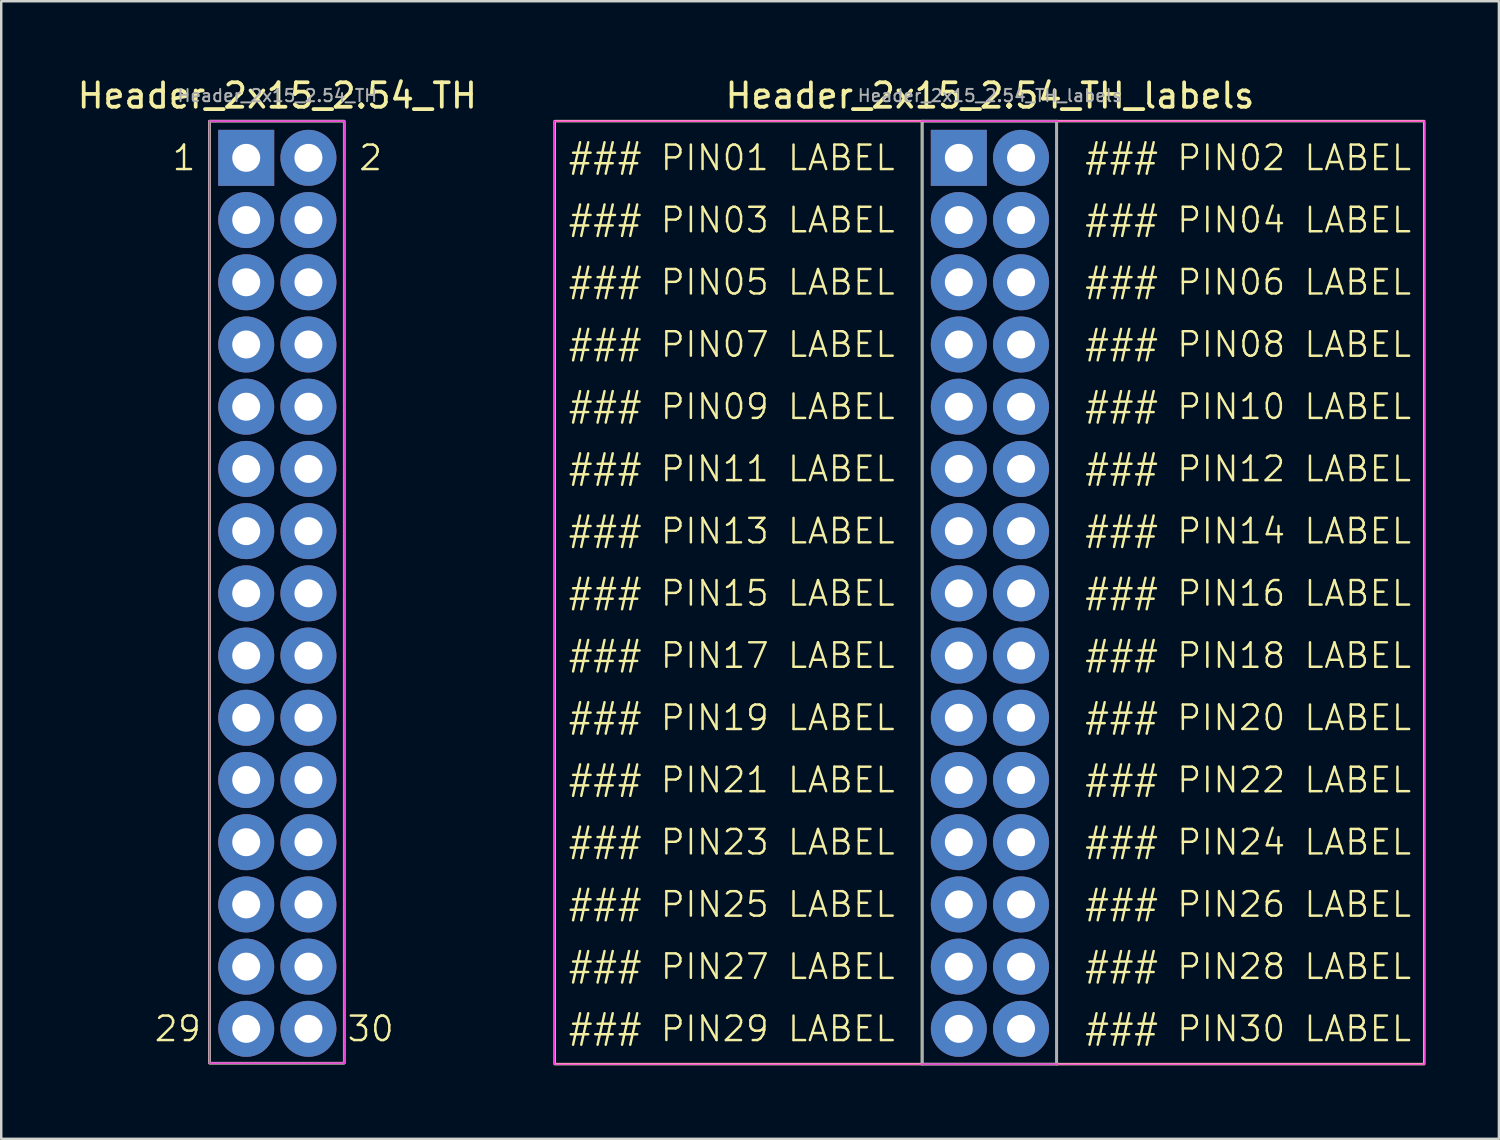
<source format=kicad_pcb>
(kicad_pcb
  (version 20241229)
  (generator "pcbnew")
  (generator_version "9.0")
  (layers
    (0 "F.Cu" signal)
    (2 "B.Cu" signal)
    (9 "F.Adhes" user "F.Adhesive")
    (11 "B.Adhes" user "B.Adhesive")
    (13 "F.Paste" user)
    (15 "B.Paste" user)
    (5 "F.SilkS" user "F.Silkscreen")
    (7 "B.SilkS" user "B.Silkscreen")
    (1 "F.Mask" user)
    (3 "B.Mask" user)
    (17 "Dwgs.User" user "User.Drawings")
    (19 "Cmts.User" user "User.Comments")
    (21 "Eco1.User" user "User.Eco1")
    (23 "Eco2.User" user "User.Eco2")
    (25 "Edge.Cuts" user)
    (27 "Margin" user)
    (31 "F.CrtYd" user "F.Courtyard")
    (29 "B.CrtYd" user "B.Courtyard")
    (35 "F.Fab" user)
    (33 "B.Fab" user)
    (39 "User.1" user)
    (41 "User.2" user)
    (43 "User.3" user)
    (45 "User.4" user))
  (footprint "Header_2x15_2.54_TH_labels"
    (layer "F.Cu")
    (at 36.095 3.394)
    (property "Reference" "Header_2x15_2.54_TH_labels" (at 1.27 -2.54 0) (layer "F.SilkS") (effects (font (size 1 1) (thickness 0.153))))
    (attr through_hole)
    (fp_rect (start -16.5 -1.5) (end -1.5 37) (stroke (width 0.1) (type default)) (fill no) (layer "F.SilkS"))
    (fp_rect (start -1.5 -1.5) (end 4 37) (stroke (width 0.1) (type default)) (fill no) (layer "F.SilkS"))
    (fp_rect (start 4 -1.5) (end 19 37) (stroke (width 0.1) (type default)) (fill no) (layer "F.SilkS"))
    (fp_line (start -16.5 -1.5) (end 19 -1.5) (stroke (width 0.05) (type default)) (layer "F.CrtYd"))
    (fp_line (start -16.5 37) (end -16.5 -1.5) (stroke (width 0.05) (type default)) (layer "F.CrtYd"))
    (fp_line (start 19 -1.5) (end 19 37) (stroke (width 0.05) (type default)) (layer "F.CrtYd"))
    (fp_line (start 19 37) (end -16.5 37) (stroke (width 0.05) (type default)) (layer "F.CrtYd"))
    (fp_rect (start -1.5 -1.5) (end 4 37) (stroke (width 0.1) (type default)) (fill no) (layer "F.Fab"))
    (fp_text user "### PIN08 LABEL" (at 5.08 7.62 0) (unlocked yes) (layer "F.SilkS") (effects (font (size 1 1) (thickness 0.1)) (justify left)))
    (fp_text user "### PIN26 LABEL" (at 5.08 30.48 0) (unlocked yes) (layer "F.SilkS") (effects (font (size 1 1) (thickness 0.1)) (justify left)))
    (fp_text user "### PIN19 LABEL" (at -2.54 22.86 0) (unlocked yes) (layer "F.SilkS") (effects (font (size 1 1) (thickness 0.1)) (justify right)))
    (fp_text user "### PIN17 LABEL" (at -2.54 20.32 0) (unlocked yes) (layer "F.SilkS") (effects (font (size 1 1) (thickness 0.1)) (justify right)))
    (fp_text user "### PIN28 LABEL" (at 5.08 33.02 0) (unlocked yes) (layer "F.SilkS") (effects (font (size 1 1) (thickness 0.1)) (justify left)))
    (fp_text user "### PIN07 LABEL" (at -2.54 7.62 0) (unlocked yes) (layer "F.SilkS") (effects (font (size 1 1) (thickness 0.1)) (justify right)))
    (fp_text user "### PIN02 LABEL" (at 5.08 0 0) (unlocked yes) (layer "F.SilkS") (effects (font (size 1 1) (thickness 0.1)) (justify left)))
    (fp_text user "### PIN15 LABEL" (at -2.54 17.78 0) (unlocked yes) (layer "F.SilkS") (effects (font (size 1 1) (thickness 0.1)) (justify right)))
    (fp_text user "### PIN13 LABEL" (at -2.54 15.24 0) (unlocked yes) (layer "F.SilkS") (effects (font (size 1 1) (thickness 0.1)) (justify right)))
    (fp_text user "### PIN06 LABEL" (at 5.08 5.08 0) (unlocked yes) (layer "F.SilkS") (effects (font (size 1 1) (thickness 0.1)) (justify left)))
    (fp_text user "### PIN16 LABEL" (at 5.08 17.78 0) (unlocked yes) (layer "F.SilkS") (effects (font (size 1 1) (thickness 0.1)) (justify left)))
    (fp_text user "### PIN10 LABEL" (at 5.08 10.16 0) (unlocked yes) (layer "F.SilkS") (effects (font (size 1 1) (thickness 0.1)) (justify left)))
    (fp_text user "### PIN24 LABEL" (at 5.08 27.94 0) (unlocked yes) (layer "F.SilkS") (effects (font (size 1 1) (thickness 0.1)) (justify left)))
    (fp_text user "### PIN05 LABEL" (at -2.54 5.08 0) (unlocked yes) (layer "F.SilkS") (effects (font (size 1 1) (thickness 0.1)) (justify right)))
    (fp_text user "### PIN11 LABEL" (at -2.54 12.7 0) (unlocked yes) (layer "F.SilkS") (effects (font (size 1 1) (thickness 0.1)) (justify right)))
    (fp_text user "### PIN22 LABEL" (at 5.08 25.4 0) (unlocked yes) (layer "F.SilkS") (effects (font (size 1 1) (thickness 0.1)) (justify left)))
    (fp_text user "### PIN21 LABEL" (at -2.54 25.4 0) (unlocked yes) (layer "F.SilkS") (effects (font (size 1 1) (thickness 0.1)) (justify right)))
    (fp_text user "### PIN30 LABEL" (at 5.08 35.56 0) (unlocked yes) (layer "F.SilkS") (effects (font (size 1 1) (thickness 0.1)) (justify left)))
    (fp_text user "### PIN01 LABEL" (at -2.54 0 0) (unlocked yes) (layer "F.SilkS") (effects (font (size 1 1) (thickness 0.1)) (justify right)))
    (fp_text user "### PIN14 LABEL" (at 5.08 15.24 0) (unlocked yes) (layer "F.SilkS") (effects (font (size 1 1) (thickness 0.1)) (justify left)))
    (fp_text user "### PIN03 LABEL" (at -2.54 2.54 0) (unlocked yes) (layer "F.SilkS") (effects (font (size 1 1) (thickness 0.1)) (justify right)))
    (fp_text user "### PIN20 LABEL" (at 5.08 22.86 0) (unlocked yes) (layer "F.SilkS") (effects (font (size 1 1) (thickness 0.1)) (justify left)))
    (fp_text user "### PIN23 LABEL" (at -2.54 27.94 0) (unlocked yes) (layer "F.SilkS") (effects (font (size 1 1) (thickness 0.1)) (justify right)))
    (fp_text user "### PIN27 LABEL" (at -2.54 33.02 0) (unlocked yes) (layer "F.SilkS") (effects (font (size 1 1) (thickness 0.1)) (justify right)))
    (fp_text user "### PIN12 LABEL" (at 5.08 12.7 0) (unlocked yes) (layer "F.SilkS") (effects (font (size 1 1) (thickness 0.1)) (justify left)))
    (fp_text user "### PIN25 LABEL" (at -2.54 30.48 0) (unlocked yes) (layer "F.SilkS") (effects (font (size 1 1) (thickness 0.1)) (justify right)))
    (fp_text user "### PIN29 LABEL" (at -2.54 35.56 0) (unlocked yes) (layer "F.SilkS") (effects (font (size 1 1) (thickness 0.1)) (justify right)))
    (fp_text user "### PIN04 LABEL" (at 5.08 2.54 0) (unlocked yes) (layer "F.SilkS") (effects (font (size 1 1) (thickness 0.1)) (justify left)))
    (fp_text user "### PIN09 LABEL" (at -2.54 10.16 0) (unlocked yes) (layer "F.SilkS") (effects (font (size 1 1) (thickness 0.1)) (justify right)))
    (fp_text user "### PIN18 LABEL" (at 5.08 20.32 0) (unlocked yes) (layer "F.SilkS") (effects (font (size 1 1) (thickness 0.1)) (justify left)))
    (fp_text user "${REFERENCE}" (at 1.27 -2.54 0) (layer "F.Fab") (effects (font (size 0.5 0.5) (thickness 0.08))))
    (pad "1" thru_hole rect (at 0 0) (size 2.286 2.286) (drill 1.143) (layers "*.Cu" "*.Mask"))
    (pad "2" thru_hole circle (at 2.54 0) (size 2.286 2.286) (drill 1.143) (layers "*.Cu" "*.Mask"))
    (pad "3" thru_hole circle (at 0 2.54) (size 2.286 2.286) (drill 1.143) (layers "*.Cu" "*.Mask"))
    (pad "4" thru_hole circle (at 2.54 2.54) (size 2.286 2.286) (drill 1.143) (layers "*.Cu" "*.Mask"))
    (pad "5" thru_hole circle (at 0 5.08) (size 2.286 2.286) (drill 1.143) (layers "*.Cu" "*.Mask"))
    (pad "6" thru_hole circle (at 2.54 5.08) (size 2.286 2.286) (drill 1.143) (layers "*.Cu" "*.Mask"))
    (pad "7" thru_hole circle (at 0 7.62) (size 2.286 2.286) (drill 1.143) (layers "*.Cu" "*.Mask"))
    (pad "8" thru_hole circle (at 2.54 7.62) (size 2.286 2.286) (drill 1.143) (layers "*.Cu" "*.Mask"))
    (pad "9" thru_hole circle (at 0 10.16) (size 2.286 2.286) (drill 1.143) (layers "*.Cu" "*.Mask"))
    (pad "10" thru_hole circle (at 2.54 10.16) (size 2.286 2.286) (drill 1.143) (layers "*.Cu" "*.Mask"))
    (pad "11" thru_hole circle (at 0 12.7) (size 2.286 2.286) (drill 1.143) (layers "*.Cu" "*.Mask"))
    (pad "12" thru_hole circle (at 2.54 12.7) (size 2.286 2.286) (drill 1.143) (layers "*.Cu" "*.Mask"))
    (pad "13" thru_hole circle (at 0 15.24) (size 2.286 2.286) (drill 1.143) (layers "*.Cu" "*.Mask"))
    (pad "14" thru_hole circle (at 2.54 15.24) (size 2.286 2.286) (drill 1.143) (layers "*.Cu" "*.Mask"))
    (pad "15" thru_hole circle (at 0 17.78) (size 2.286 2.286) (drill 1.143) (layers "*.Cu" "*.Mask"))
    (pad "16" thru_hole circle (at 2.54 17.78) (size 2.286 2.286) (drill 1.143) (layers "*.Cu" "*.Mask"))
    (pad "17" thru_hole circle (at 0 20.32) (size 2.286 2.286) (drill 1.143) (layers "*.Cu" "*.Mask"))
    (pad "18" thru_hole circle (at 2.54 20.32) (size 2.286 2.286) (drill 1.143) (layers "*.Cu" "*.Mask"))
    (pad "19" thru_hole circle (at 0 22.86) (size 2.286 2.286) (drill 1.143) (layers "*.Cu" "*.Mask"))
    (pad "20" thru_hole circle (at 2.54 22.86) (size 2.286 2.286) (drill 1.143) (layers "*.Cu" "*.Mask"))
    (pad "21" thru_hole circle (at 0 25.4) (size 2.286 2.286) (drill 1.143) (layers "*.Cu" "*.Mask"))
    (pad "22" thru_hole circle (at 2.54 25.4) (size 2.286 2.286) (drill 1.143) (layers "*.Cu" "*.Mask"))
    (pad "23" thru_hole circle (at 0 27.94) (size 2.286 2.286) (drill 1.143) (layers "*.Cu" "*.Mask"))
    (pad "24" thru_hole circle (at 2.54 27.94) (size 2.286 2.286) (drill 1.143) (layers "*.Cu" "*.Mask"))
    (pad "25" thru_hole circle (at 0 30.48) (size 2.286 2.286) (drill 1.143) (layers "*.Cu" "*.Mask"))
    (pad "26" thru_hole circle (at 2.54 30.48) (size 2.286 2.286) (drill 1.143) (layers "*.Cu" "*.Mask"))
    (pad "27" thru_hole circle (at 0 33.02) (size 2.286 2.286) (drill 1.143) (layers "*.Cu" "*.Mask"))
    (pad "28" thru_hole circle (at 2.54 33.02) (size 2.286 2.286) (drill 1.143) (layers "*.Cu" "*.Mask"))
    (pad "29" thru_hole circle (at 0 35.56) (size 2.286 2.286) (drill 1.143) (layers "*.Cu" "*.Mask"))
    (pad "30" thru_hole circle (at 2.54 35.56) (size 2.286 2.286) (drill 1.143) (layers "*.Cu" "*.Mask")))
  (footprint "Header_2x15_2.54_TH"
    (layer "F.Cu")
    (at 7.002 3.394)
    (property "Reference" "Header_2x15_2.54_TH" (at 1.27 -2.54 0) (layer "F.SilkS") (effects (font (size 1 1) (thickness 0.153))))
    (attr through_hole)
    (fp_rect (start -1.5 -1.5) (end 4 36.96) (stroke (width 0.1) (type default)) (fill no) (layer "F.SilkS"))
    (fp_line (start -1.5 -1.5) (end 4 -1.5) (stroke (width 0.05) (type default)) (layer "F.CrtYd"))
    (fp_line (start -1.5 36.96) (end -1.5 -1.5) (stroke (width 0.05) (type default)) (layer "F.CrtYd"))
    (fp_line (start 4 -1.5) (end 4 36.96) (stroke (width 0.05) (type default)) (layer "F.CrtYd"))
    (fp_line (start 4 36.96) (end -1.5 36.96) (stroke (width 0.05) (type default)) (layer "F.CrtYd"))
    (fp_rect (start -1.5 -1.5) (end 4 36.96) (stroke (width 0.1) (type default)) (fill no) (layer "F.Fab"))
    (fp_text user "30" (at 5.08 35.56 0) (unlocked yes) (layer "F.SilkS") (effects (font (size 1 1) (thickness 0.1))))
    (fp_text user "29" (at -2.794 35.56 0) (unlocked yes) (layer "F.SilkS") (effects (font (size 1 1) (thickness 0.1))))
    (fp_text user "2" (at 5.08 0 0) (unlocked yes) (layer "F.SilkS") (effects (font (size 1 1) (thickness 0.1))))
    (fp_text user "1" (at -2.54 0 0) (unlocked yes) (layer "F.SilkS") (effects (font (size 1 1) (thickness 0.1))))
    (fp_text user "${REFERENCE}" (at 1.27 -2.54 0) (layer "F.Fab") (effects (font (size 0.5 0.5) (thickness 0.08))))
    (pad "1" thru_hole rect (at 0 0) (size 2.286 2.286) (drill 1.143) (layers "*.Cu" "*.Mask"))
    (pad "2" thru_hole circle (at 2.54 0) (size 2.286 2.286) (drill 1.143) (layers "*.Cu" "*.Mask"))
    (pad "3" thru_hole circle (at 0 2.54) (size 2.286 2.286) (drill 1.143) (layers "*.Cu" "*.Mask"))
    (pad "4" thru_hole circle (at 2.54 2.54) (size 2.286 2.286) (drill 1.143) (layers "*.Cu" "*.Mask"))
    (pad "5" thru_hole circle (at 0 5.08) (size 2.286 2.286) (drill 1.143) (layers "*.Cu" "*.Mask"))
    (pad "6" thru_hole circle (at 2.54 5.08) (size 2.286 2.286) (drill 1.143) (layers "*.Cu" "*.Mask"))
    (pad "7" thru_hole circle (at 0 7.62) (size 2.286 2.286) (drill 1.143) (layers "*.Cu" "*.Mask"))
    (pad "8" thru_hole circle (at 2.54 7.62) (size 2.286 2.286) (drill 1.143) (layers "*.Cu" "*.Mask"))
    (pad "9" thru_hole circle (at 0 10.16) (size 2.286 2.286) (drill 1.143) (layers "*.Cu" "*.Mask"))
    (pad "10" thru_hole circle (at 2.54 10.16) (size 2.286 2.286) (drill 1.143) (layers "*.Cu" "*.Mask"))
    (pad "11" thru_hole circle (at 0 12.7) (size 2.286 2.286) (drill 1.143) (layers "*.Cu" "*.Mask"))
    (pad "12" thru_hole circle (at 2.54 12.7) (size 2.286 2.286) (drill 1.143) (layers "*.Cu" "*.Mask"))
    (pad "13" thru_hole circle (at 0 15.24) (size 2.286 2.286) (drill 1.143) (layers "*.Cu" "*.Mask"))
    (pad "14" thru_hole circle (at 2.54 15.24) (size 2.286 2.286) (drill 1.143) (layers "*.Cu" "*.Mask"))
    (pad "15" thru_hole circle (at 0 17.78) (size 2.286 2.286) (drill 1.143) (layers "*.Cu" "*.Mask"))
    (pad "16" thru_hole circle (at 2.54 17.78) (size 2.286 2.286) (drill 1.143) (layers "*.Cu" "*.Mask"))
    (pad "17" thru_hole circle (at 0 20.32) (size 2.286 2.286) (drill 1.143) (layers "*.Cu" "*.Mask"))
    (pad "18" thru_hole circle (at 2.54 20.32) (size 2.286 2.286) (drill 1.143) (layers "*.Cu" "*.Mask"))
    (pad "19" thru_hole circle (at 0 22.86) (size 2.286 2.286) (drill 1.143) (layers "*.Cu" "*.Mask"))
    (pad "20" thru_hole circle (at 2.54 22.86) (size 2.286 2.286) (drill 1.143) (layers "*.Cu" "*.Mask"))
    (pad "21" thru_hole circle (at 0 25.4) (size 2.286 2.286) (drill 1.143) (layers "*.Cu" "*.Mask"))
    (pad "22" thru_hole circle (at 2.54 25.4) (size 2.286 2.286) (drill 1.143) (layers "*.Cu" "*.Mask"))
    (pad "23" thru_hole circle (at 0 27.94) (size 2.286 2.286) (drill 1.143) (layers "*.Cu" "*.Mask"))
    (pad "24" thru_hole circle (at 2.54 27.94) (size 2.286 2.286) (drill 1.143) (layers "*.Cu" "*.Mask"))
    (pad "25" thru_hole circle (at 0 30.48) (size 2.286 2.286) (drill 1.143) (layers "*.Cu" "*.Mask"))
    (pad "26" thru_hole circle (at 2.54 30.48) (size 2.286 2.286) (drill 1.143) (layers "*.Cu" "*.Mask"))
    (pad "27" thru_hole circle (at 0 33.02) (size 2.286 2.286) (drill 1.143) (layers "*.Cu" "*.Mask"))
    (pad "28" thru_hole circle (at 2.54 33.02) (size 2.286 2.286) (drill 1.143) (layers "*.Cu" "*.Mask"))
    (pad "29" thru_hole circle (at 0 35.56) (size 2.286 2.286) (drill 1.143) (layers "*.Cu" "*.Mask"))
    (pad "30" thru_hole circle (at 2.54 35.56) (size 2.286 2.286) (drill 1.143) (layers "*.Cu" "*.Mask")))
  (gr_rect
    (start -3 -3)
    (end 58.145 43.444)
    (stroke (width 0.1) (type default))
    (fill no)
    (layer "Edge.Cuts")))
</source>
